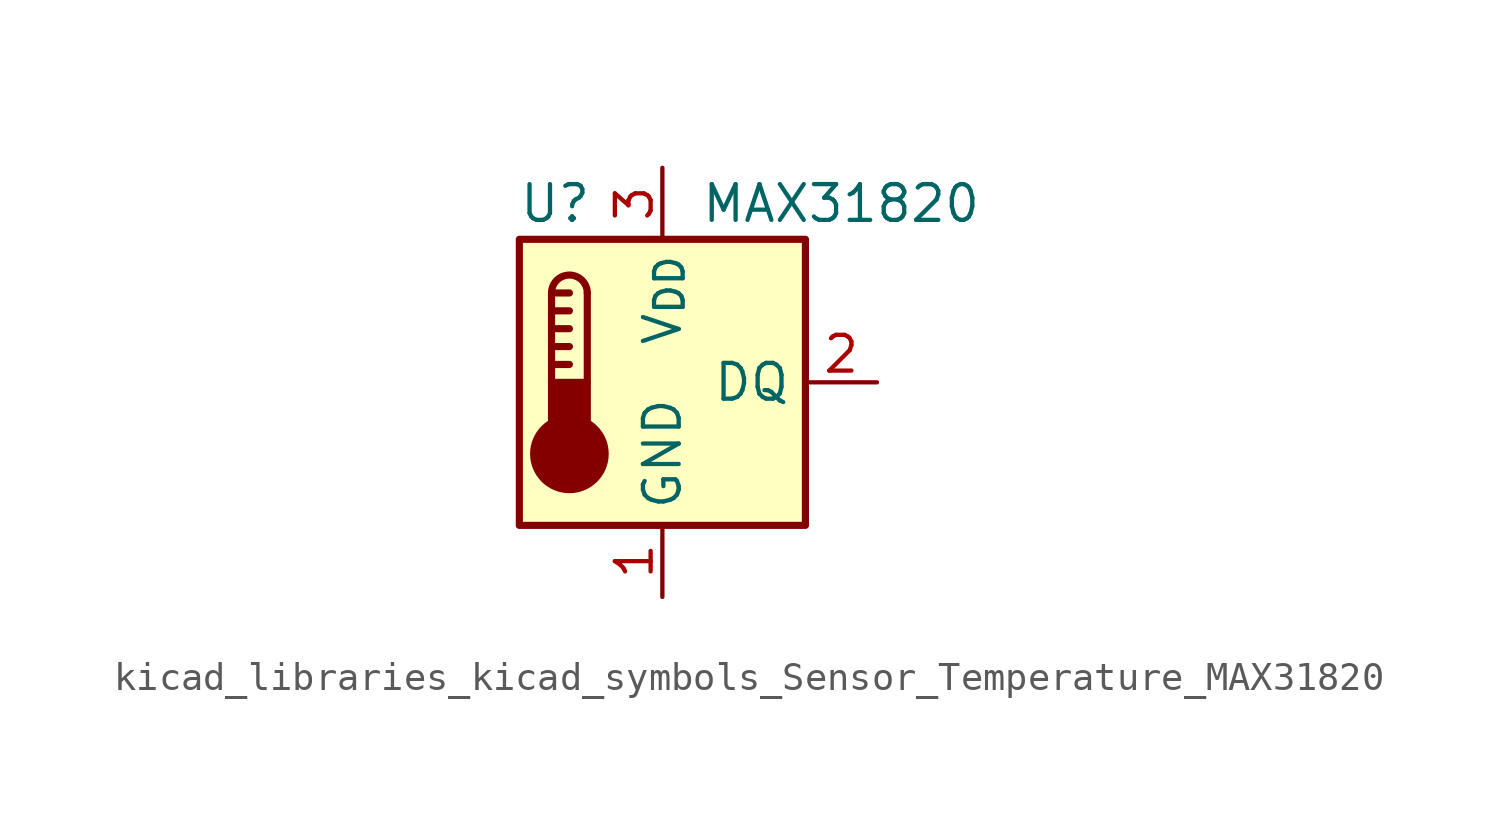
<source format=kicad_sym>
(kicad_symbol_lib
  (version 20220914)
  (generator kicad_symbol_editor)
  (symbol "kicad_libraries_kicad_symbols_Sensor_Temperature_MAX31820"
    (property "Reference" "U"
      (at -3.81 6.35 0)
      (effects (font (size 1.27 1.27))))
    (property "Value" "MAX31820"
      (at 6.35 6.35 0)
      (effects (font (size 1.27 1.27))))
    (symbol "kicad_libraries_kicad_symbols_Sensor_Temperature_MAX31820_0_1"
      (rectangle (start -5.08 5.08) (end 5.08 -5.08) (stroke (width 0.254) (type default)) (fill (type background)))
      (circle (center -3.302 -2.54) (radius 1.27) (stroke (width 0.254) (type default)) (fill (type outline)))
      (rectangle (start -2.667 -1.905) (end -3.937 0) (stroke (width 0.254) (type default)) (fill (type outline)))
      (arc (start -2.667 3.175) (mid -3.302 3.8073) (end -3.937 3.175) (stroke (width 0.254) (type default)) (fill (type none)))
      (polyline (pts (xy -3.937 0.635) (xy -3.302 0.635)) (stroke (width 0.254) (type default)) (fill (type none)))
      (polyline (pts (xy -3.937 1.27) (xy -3.302 1.27)) (stroke (width 0.254) (type default)) (fill (type none)))
      (polyline (pts (xy -3.937 1.905) (xy -3.302 1.905)) (stroke (width 0.254) (type default)) (fill (type none)))
      (polyline (pts (xy -3.937 2.54) (xy -3.302 2.54)) (stroke (width 0.254) (type default)) (fill (type none)))
      (polyline (pts (xy -3.937 3.175) (xy -3.937 0)) (stroke (width 0.254) (type default)) (fill (type none)))
      (polyline (pts (xy -3.937 3.175) (xy -3.302 3.175)) (stroke (width 0.254) (type default)) (fill (type none)))
      (polyline (pts (xy -2.667 3.175) (xy -2.667 0)) (stroke (width 0.254) (type default)) (fill (type none))))
    (symbol "kicad_libraries_kicad_symbols_Sensor_Temperature_MAX31820_1_1"
      (pin power_in line (at 0 -7.62 90) (length 2.54) (name "GND" (effects (font (size 1.27 1.27)))) (number "1" (effects (font (size 1.27 1.27)))))
      (pin bidirectional line (at 7.62 0 180) (length 2.54) (name "DQ" (effects (font (size 1.27 1.27)))) (number "2" (effects (font (size 1.27 1.27)))))
      (pin power_in line (at 0 7.62 270) (length 2.54) (name "V_{DD}" (effects (font (size 1.27 1.27)))) (number "3" (effects (font (size 1.27 1.27))))))))
</source>
